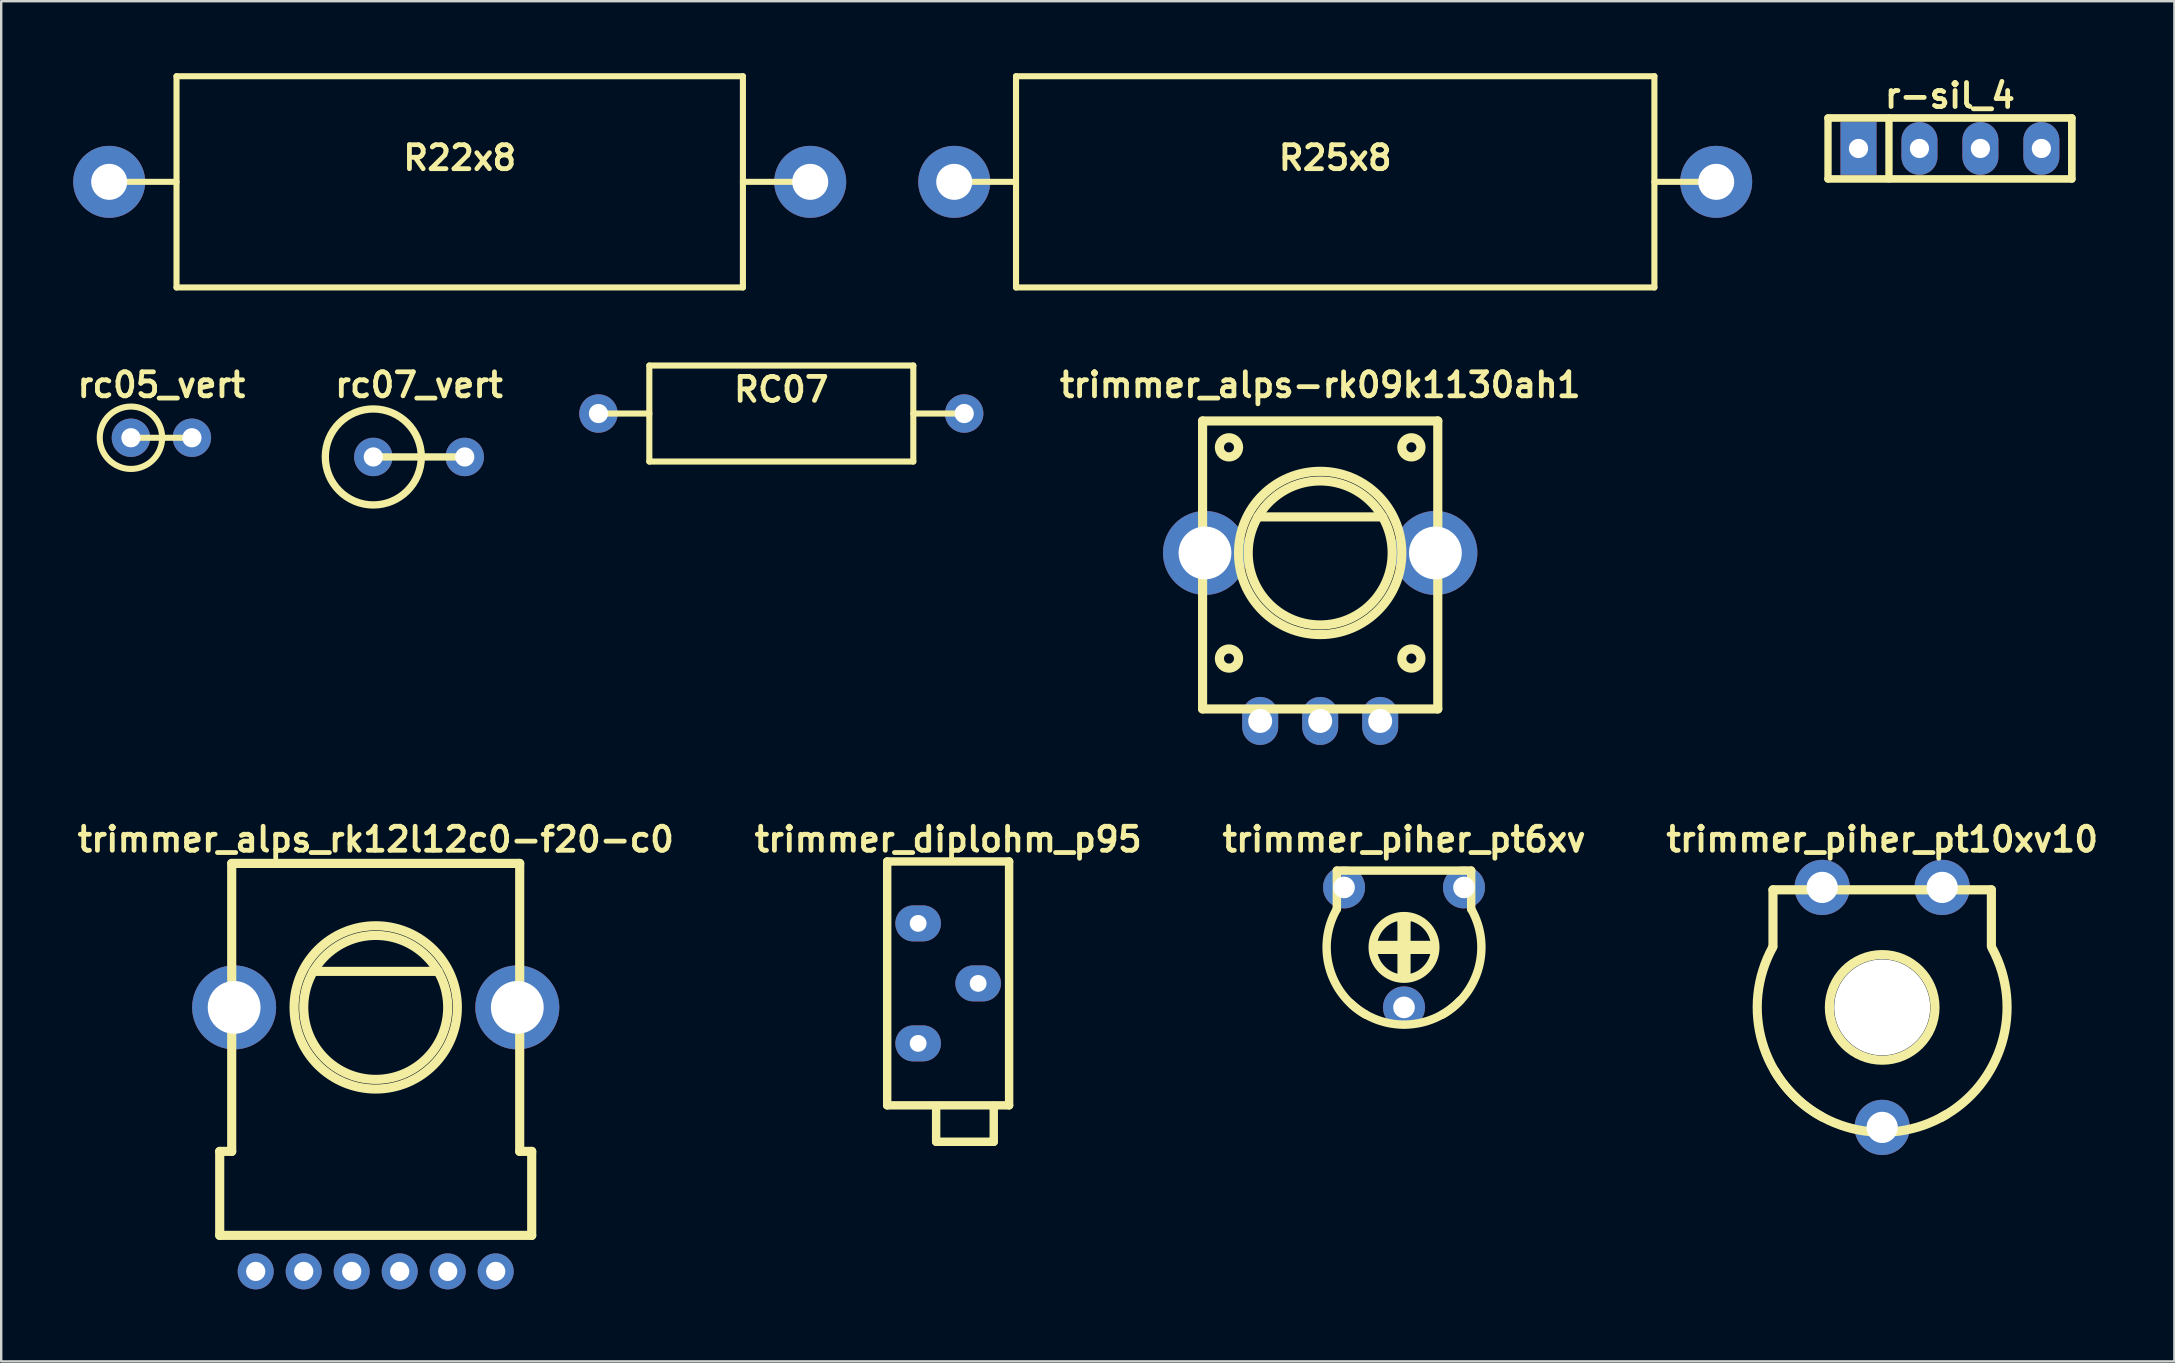
<source format=kicad_pcb>
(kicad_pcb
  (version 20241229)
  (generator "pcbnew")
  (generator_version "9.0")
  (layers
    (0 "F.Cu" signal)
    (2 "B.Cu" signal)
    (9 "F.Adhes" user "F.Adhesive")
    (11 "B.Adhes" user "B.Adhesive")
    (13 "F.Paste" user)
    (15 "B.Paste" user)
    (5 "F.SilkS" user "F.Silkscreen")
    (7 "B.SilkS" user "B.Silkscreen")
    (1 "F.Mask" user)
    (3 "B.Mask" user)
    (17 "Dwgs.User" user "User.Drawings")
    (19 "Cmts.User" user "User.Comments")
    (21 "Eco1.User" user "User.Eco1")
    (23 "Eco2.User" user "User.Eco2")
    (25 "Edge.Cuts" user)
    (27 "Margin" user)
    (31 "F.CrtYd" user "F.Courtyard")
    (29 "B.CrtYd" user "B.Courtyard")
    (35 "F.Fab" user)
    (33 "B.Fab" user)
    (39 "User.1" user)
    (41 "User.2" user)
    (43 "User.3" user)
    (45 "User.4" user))
  (footprint "trimmer_diplohm_p95"
    (layer "F.Cu")
    (at 36.457 37.926)
    (property "Reference" "trimmer_diplohm_p95" (at 0 -6 0) (layer "F.SilkS") (effects (font (size 1 1) (thickness 0.2))))
    (attr through_hole)
    (fp_line (start -2.54 5.08) (end -2.54 -5.08) (stroke (width 0.351) (type solid)) (layer "F.SilkS"))
    (fp_line (start -0.5 5.1) (end -0.5 6.599) (stroke (width 0.351) (type solid)) (layer "F.SilkS"))
    (fp_line (start -0.498 6.599) (end 1.9 6.599) (stroke (width 0.351) (type solid)) (layer "F.SilkS"))
    (fp_line (start 1.9 6.599) (end 1.9 5.1) (stroke (width 0.351) (type solid)) (layer "F.SilkS"))
    (fp_line (start 2.54 -5.08) (end -2.54 -5.08) (stroke (width 0.351) (type solid)) (layer "F.SilkS"))
    (fp_line (start 2.54 -5.08) (end 2.54 5.08) (stroke (width 0.351) (type solid)) (layer "F.SilkS"))
    (fp_line (start 2.54 5.08) (end -2.54 5.08) (stroke (width 0.351) (type solid)) (layer "F.SilkS"))
    (pad "1" thru_hole oval (at -1.25 -2.5) (size 1.9 1.5) (drill 0.7) (layers "*.Cu" "*.Mask"))
    (pad "2" thru_hole oval (at 1.25 0) (size 1.9 1.5) (drill 0.7) (layers "*.Cu" "*.Mask"))
    (pad "3" thru_hole oval (at -1.25 2.5) (size 1.9 1.5) (drill 0.7) (layers "*.Cu" "*.Mask")))
  (footprint "r-sil_4"
    (layer "F.Cu")
    (at 78.199 3.136)
    (property "Reference" "r-sil_4" (at 0 -2.2 0) (layer "F.SilkS") (effects (font (size 1 1) (thickness 0.2))))
    (attr through_hole)
    (fp_line (start -5.08 -1.27) (end 5.08 -1.27) (stroke (width 0.318) (type solid)) (layer "F.SilkS"))
    (fp_line (start -5.08 1.27) (end -5.08 -1.27) (stroke (width 0.305) (type solid)) (layer "F.SilkS"))
    (fp_line (start -2.54 -1.27) (end -2.54 1.27) (stroke (width 0.305) (type solid)) (layer "F.SilkS"))
    (fp_line (start 5.08 -1.27) (end 5.08 1.27) (stroke (width 0.318) (type solid)) (layer "F.SilkS"))
    (fp_line (start 5.08 1.27) (end -5.08 1.27) (stroke (width 0.318) (type solid)) (layer "F.SilkS"))
    (pad "1" thru_hole rect (at -3.81 0) (size 1.5 2.2) (drill 0.8) (layers "*.Cu" "*.Mask"))
    (pad "2" thru_hole oval (at -1.27 0) (size 1.5 2.2) (drill 0.8) (layers "*.Cu" "*.Mask"))
    (pad "3" thru_hole oval (at 1.27 0) (size 1.5 2.2) (drill 0.8) (layers "*.Cu" "*.Mask"))
    (pad "4" thru_hole oval (at 3.81 0) (size 1.5 2.2) (drill 0.8) (layers "*.Cu" "*.Mask")))
  (footprint "R25x8"
    (layer "F.Cu")
    (at 52.585 4.527)
    (property "Reference" "R25x8" (at 0 -1 0) (layer "F.SilkS") (effects (font (size 1 1) (thickness 0.2))))
    (attr through_hole)
    (fp_line (start -13.3 -4.4) (end 13.3 -4.4) (stroke (width 0.254) (type solid)) (layer "F.SilkS"))
    (fp_line (start -13.3 0) (end -16.1 0) (stroke (width 0.254) (type solid)) (layer "F.SilkS"))
    (fp_line (start -13.3 4.4) (end -13.3 -4.4) (stroke (width 0.254) (type solid)) (layer "F.SilkS"))
    (fp_line (start 13.3 -4.4) (end 13.3 4.4) (stroke (width 0.254) (type solid)) (layer "F.SilkS"))
    (fp_line (start 13.3 0) (end 16.1 0) (stroke (width 0.254) (type solid)) (layer "F.SilkS"))
    (fp_line (start 13.3 4.4) (end -13.3 4.4) (stroke (width 0.254) (type solid)) (layer "F.SilkS"))
    (pad "1" thru_hole circle (at -15.875 0) (size 3 3) (drill 1.5) (layers "*.Cu" "*.Mask"))
    (pad "2" thru_hole circle (at 15.875 0) (size 3 3) (drill 1.5) (layers "*.Cu" "*.Mask")))
  (footprint "trimmer_alps_rk12l12c0-f20-c0"
    (layer "F.Cu")
    (at 12.605 38.926)
    (property "Reference" "trimmer_alps_rk12l12c0-f20-c0" (at 0 -7 0) (layer "F.SilkS") (effects (font (size 1 1) (thickness 0.2))))
    (attr through_hole)
    (fp_line (start -6.5 6) (end -6.5 9.5) (stroke (width 0.381) (type solid)) (layer "F.SilkS"))
    (fp_line (start -6.5 9.5) (end 6.5 9.5) (stroke (width 0.381) (type solid)) (layer "F.SilkS"))
    (fp_line (start -6 -6) (end -6 6) (stroke (width 0.381) (type solid)) (layer "F.SilkS"))
    (fp_line (start -6 -6) (end 6 -6) (stroke (width 0.381) (type solid)) (layer "F.SilkS"))
    (fp_line (start -6 6) (end -6.5 6) (stroke (width 0.381) (type solid)) (layer "F.SilkS"))
    (fp_line (start -2.601 -1.501) (end 2.601 -1.501) (stroke (width 0.381) (type solid)) (layer "F.SilkS"))
    (fp_line (start 6 -6) (end 6 6) (stroke (width 0.381) (type solid)) (layer "F.SilkS"))
    (fp_line (start 6.5 6) (end 6 6) (stroke (width 0.381) (type solid)) (layer "F.SilkS"))
    (fp_line (start 6.5 9.5) (end 6.5 6) (stroke (width 0.381) (type solid)) (layer "F.SilkS"))
    (fp_circle (center 0 0) (end -3.401 0) (stroke (width 0.381) (type solid)) (fill no) (layer "F.SilkS"))
    (fp_circle (center 0 0) (end -3 0) (stroke (width 0.381) (type solid)) (fill no) (layer "F.SilkS"))
    (pad "" thru_hole circle (at -5.9 0) (size 3.5 3.5) (drill 2.2) (layers "*.Cu" "*.Mask"))
    (pad "" thru_hole circle (at 5.9 0) (size 3.5 3.5) (drill 2.2) (layers "*.Cu" "*.Mask"))
    (pad "1" thru_hole oval (at -1 11) (size 1.5 1.5) (drill 0.8) (layers "*.Cu" "*.Mask"))
    (pad "2" thru_hole oval (at 1 11) (size 1.5 1.5) (drill 0.8) (layers "*.Cu" "*.Mask"))
    (pad "3" thru_hole oval (at 3 11) (size 1.5 1.5) (drill 0.8) (layers "*.Cu" "*.Mask"))
    (pad "4" thru_hole oval (at -3 11) (size 1.5 1.5) (drill 0.8) (layers "*.Cu" "*.Mask"))
    (pad "5" thru_hole oval (at -5 11) (size 1.5 1.5) (drill 0.8) (layers "*.Cu" "*.Mask"))
    (pad "6" thru_hole oval (at 5 11) (size 1.5 1.5) (drill 0.8) (layers "*.Cu" "*.Mask")))
  (footprint "rc05_vert"
    (layer "F.Cu")
    (at 3.676 15.19)
    (property "Reference" "rc05_vert" (at 0 -2.2 0) (layer "F.SilkS") (effects (font (size 1 1) (thickness 0.2))))
    (attr through_hole)
    (fp_line (start -1.27 0) (end 1.27 0) (stroke (width 0.254) (type solid)) (layer "F.SilkS"))
    (fp_circle (center -1.27 0) (end 0.03 0) (stroke (width 0.254) (type solid)) (fill no) (layer "F.SilkS"))
    (pad "1" thru_hole circle (at -1.27 0) (size 1.6 1.6) (drill 0.8) (layers "*.Cu" "*.Mask"))
    (pad "2" thru_hole circle (at 1.27 0) (size 1.6 1.6) (drill 0.8) (layers "*.Cu" "*.Mask")))
  (footprint "trimmer_piher_pt6xv"
    (layer "F.Cu")
    (at 55.452 36.426)
    (property "Reference" "trimmer_piher_pt6xv" (at 0 -4.5 0) (layer "F.SilkS") (effects (font (size 1 1) (thickness 0.2))))
    (attr through_hole)
    (fp_line (start -2.799 -3.2) (end -2.799 -1.6) (stroke (width 0.351) (type solid)) (layer "F.SilkS"))
    (fp_line (start -1.1 -0.099) (end -1.1 0.099) (stroke (width 0.351) (type solid)) (layer "F.SilkS"))
    (fp_line (start -1.1 0.099) (end 1.199 0.099) (stroke (width 0.351) (type solid)) (layer "F.SilkS"))
    (fp_line (start -0.099 -1.1) (end 0.099 -1.1) (stroke (width 0.351) (type solid)) (layer "F.SilkS"))
    (fp_line (start -0.099 1.199) (end -0.099 -1.1) (stroke (width 0.351) (type solid)) (layer "F.SilkS"))
    (fp_line (start 0.099 -1.1) (end 0.099 1.199) (stroke (width 0.351) (type solid)) (layer "F.SilkS"))
    (fp_line (start 1.199 -0.099) (end -1.1 -0.099) (stroke (width 0.351) (type solid)) (layer "F.SilkS"))
    (fp_line (start 2.799 -3.2) (end -2.799 -3.2) (stroke (width 0.351) (type solid)) (layer "F.SilkS"))
    (fp_line (start 2.799 -3.2) (end 2.799 -1.6) (stroke (width 0.351) (type solid)) (layer "F.SilkS"))
    (fp_arc (start -1.6002 2.79908) (mid -3.110761 0.847736) (end -2.79908 -1.6002) (stroke (width 0.35052) (type solid)) (layer "F.SilkS"))
    (fp_arc (start 2.32918 2.21996) (mid 0.07723 3.216728) (end -2.21996 2.32918) (stroke (width 0.35052) (type solid)) (layer "F.SilkS"))
    (fp_arc (start 2.79908 -1.6002) (mid 3.110761 0.847736) (end 1.6002 2.79908) (stroke (width 0.35052) (type solid)) (layer "F.SilkS"))
    (fp_circle (center 0 0) (end -1.3 0.099) (stroke (width 0.351) (type solid)) (fill no) (layer "F.SilkS"))
    (pad "1" thru_hole circle (at 2.499 -2.499) (size 1.75 1.75) (drill 0.9) (layers "*.Cu" "*.Mask"))
    (pad "2" thru_hole circle (at 0 2.5) (size 1.75 1.75) (drill 0.9) (layers "*.Cu" "*.Mask"))
    (pad "3" thru_hole circle (at -2.499 -2.499) (size 1.75 1.75) (drill 0.9) (layers "*.Cu" "*.Mask")))
  (footprint "R22x8"
    (layer "F.Cu")
    (at 16.105 4.527)
    (property "Reference" "R22x8" (at 0 -1 0) (layer "F.SilkS") (effects (font (size 1 1) (thickness 0.2))))
    (attr through_hole)
    (fp_line (start -11.8 -4.4) (end 11.8 -4.4) (stroke (width 0.254) (type solid)) (layer "F.SilkS"))
    (fp_line (start -11.8 0) (end -14.6 0) (stroke (width 0.254) (type solid)) (layer "F.SilkS"))
    (fp_line (start -11.8 4.4) (end -11.8 -4.4) (stroke (width 0.254) (type solid)) (layer "F.SilkS"))
    (fp_line (start 11.8 -4.4) (end 11.8 4.4) (stroke (width 0.254) (type solid)) (layer "F.SilkS"))
    (fp_line (start 11.8 0) (end 14.6 0) (stroke (width 0.254) (type solid)) (layer "F.SilkS"))
    (fp_line (start 11.8 4.4) (end -11.8 4.4) (stroke (width 0.254) (type solid)) (layer "F.SilkS"))
    (pad "1" thru_hole circle (at -14.605 0) (size 3 3) (drill 1.5) (layers "*.Cu" "*.Mask"))
    (pad "2" thru_hole circle (at 14.605 0) (size 3 3) (drill 1.5) (layers "*.Cu" "*.Mask")))
  (footprint "trimmer_alps-rk09k1130ah1"
    (layer "F.Cu")
    (at 51.959 19.99)
    (property "Reference" "trimmer_alps-rk09k1130ah1" (at 0 -7 0) (layer "F.SilkS") (effects (font (size 1 1) (thickness 0.2))))
    (attr through_hole)
    (fp_line (start -4.9 -5.5) (end 4.9 -5.5) (stroke (width 0.381) (type solid)) (layer "F.SilkS"))
    (fp_line (start -4.9 6.5) (end -4.9 -5.5) (stroke (width 0.381) (type solid)) (layer "F.SilkS"))
    (fp_line (start -4.9 6.5) (end 4.9 6.5) (stroke (width 0.381) (type solid)) (layer "F.SilkS"))
    (fp_line (start -2.601 -1.501) (end 2.601 -1.501) (stroke (width 0.381) (type solid)) (layer "F.SilkS"))
    (fp_line (start 4.9 -5.5) (end 4.9 6.5) (stroke (width 0.381) (type solid)) (layer "F.SilkS"))
    (fp_circle (center -3.8 -4.4) (end -4.2 -4.4) (stroke (width 0.381) (type solid)) (fill no) (layer "F.SilkS"))
    (fp_circle (center -3.8 4.4) (end -4.2 4.4) (stroke (width 0.381) (type solid)) (fill no) (layer "F.SilkS"))
    (fp_circle (center 0 0) (end -3.401 0) (stroke (width 0.381) (type solid)) (fill no) (layer "F.SilkS"))
    (fp_circle (center 0 0) (end -3 0) (stroke (width 0.381) (type solid)) (fill no) (layer "F.SilkS"))
    (fp_circle (center 3.8 -4.4) (end 3.4 -4.4) (stroke (width 0.381) (type solid)) (fill no) (layer "F.SilkS"))
    (fp_circle (center 3.8 4.4) (end 4.2 4.4) (stroke (width 0.381) (type solid)) (fill no) (layer "F.SilkS"))
    (pad "" thru_hole circle (at -4.8 0) (size 3.5 3.5) (drill 2.2) (layers "*.Cu" "*.Mask"))
    (pad "" thru_hole circle (at 4.8 0) (size 3.5 3.5) (drill 2.2) (layers "*.Cu" "*.Mask"))
    (pad "1" thru_hole oval (at -2.5 7) (size 1.5 2) (drill 1) (layers "*.Cu" "*.Mask"))
    (pad "2" thru_hole oval (at 0 7) (size 1.5 2) (drill 1) (layers "*.Cu" "*.Mask"))
    (pad "3" thru_hole oval (at 2.5 7) (size 1.5 2) (drill 1) (layers "*.Cu" "*.Mask")))
  (footprint "RC07"
    (layer "F.Cu")
    (at 29.506 14.181)
    (property "Reference" "RC07" (at 0 -1 0) (layer "F.SilkS") (effects (font (size 1 1) (thickness 0.2))))
    (attr through_hole)
    (fp_line (start -7.62 0) (end -5.5 0) (stroke (width 0.254) (type solid)) (layer "F.SilkS"))
    (fp_line (start -5.5 -2) (end 5.5 -2) (stroke (width 0.254) (type solid)) (layer "F.SilkS"))
    (fp_line (start -5.5 2) (end -5.5 -2) (stroke (width 0.254) (type solid)) (layer "F.SilkS"))
    (fp_line (start 5.5 -2) (end 5.5 2) (stroke (width 0.254) (type solid)) (layer "F.SilkS"))
    (fp_line (start 5.5 0) (end 7.62 0) (stroke (width 0.254) (type solid)) (layer "F.SilkS"))
    (fp_line (start 5.5 2) (end -5.5 2) (stroke (width 0.254) (type solid)) (layer "F.SilkS"))
    (pad "1" thru_hole circle (at -7.62 0) (size 1.6 1.6) (drill 0.8) (layers "*.Cu" "*.Mask"))
    (pad "2" thru_hole circle (at 7.62 0) (size 1.6 1.6) (drill 0.8) (layers "*.Cu" "*.Mask")))
  (footprint "trimmer_piher_pt10xv10"
    (layer "F.Cu")
    (at 75.376 38.926)
    (property "Reference" "trimmer_piher_pt10xv10" (at 0 -7 0) (layer "F.SilkS") (effects (font (size 1 1) (thickness 0.2))))
    (attr through_hole)
    (fp_line (start -4.55 -4.9) (end -4.55 -2.55) (stroke (width 0.381) (type solid)) (layer "F.SilkS"))
    (fp_line (start 4.55 -4.9) (end -4.55 -4.9) (stroke (width 0.381) (type solid)) (layer "F.SilkS"))
    (fp_line (start 4.55 -2.55) (end 4.55 -4.9) (stroke (width 0.381) (type solid)) (layer "F.SilkS"))
    (fp_arc (start -2.51 4.56) (mid -4.999245 1.449569) (end -4.56 -2.51) (stroke (width 0.381) (type solid)) (layer "F.SilkS"))
    (fp_arc (start 2.66 4.47) (mid -1.279863 5.041671) (end -4.47 2.66) (stroke (width 0.381) (type solid)) (layer "F.SilkS"))
    (fp_arc (start 4.58 -2.47) (mid 4.985103 1.491995) (end 2.47 4.58) (stroke (width 0.381) (type solid)) (layer "F.SilkS"))
    (fp_circle (center 0 0) (end 2.2 0) (stroke (width 0.381) (type solid)) (fill no) (layer "F.SilkS"))
    (pad "" np_thru_hole circle (at 0 0) (size 4 4) (drill 4) (layers "*.Cu" "*.Mask"))
    (pad "1" thru_hole circle (at 2.5 -5) (size 2.3 2.3) (drill 1.3) (layers "*.Cu" "*.Mask"))
    (pad "2" thru_hole circle (at 0 5) (size 2.3 2.3) (drill 1.3) (layers "*.Cu" "*.Mask"))
    (pad "3" thru_hole circle (at -2.5 -5) (size 2.3 2.3) (drill 1.3) (layers "*.Cu" "*.Mask")))
  (footprint "rc07_vert"
    (layer "F.Cu")
    (at 14.41 15.99)
    (property "Reference" "rc07_vert" (at 0 -3 0) (layer "F.SilkS") (effects (font (size 1 1) (thickness 0.2))))
    (attr through_hole)
    (fp_line (start 1.905 0) (end -1.905 0) (stroke (width 0.305) (type solid)) (layer "F.SilkS"))
    (fp_circle (center -1.905 0) (end 0.095 0) (stroke (width 0.305) (type solid)) (fill no) (layer "F.SilkS"))
    (pad "1" thru_hole circle (at -1.905 0) (size 1.6 1.6) (drill 0.8) (layers "*.Cu" "*.Mask"))
    (pad "2" thru_hole circle (at 1.905 0) (size 1.6 1.6) (drill 0.8) (layers "*.Cu" "*.Mask")))
  (gr_rect
    (start -3 -3)
    (end 87.552 53.676)
    (stroke (width 0.1) (type default))
    (fill no)
    (layer "Edge.Cuts")))
</source>
